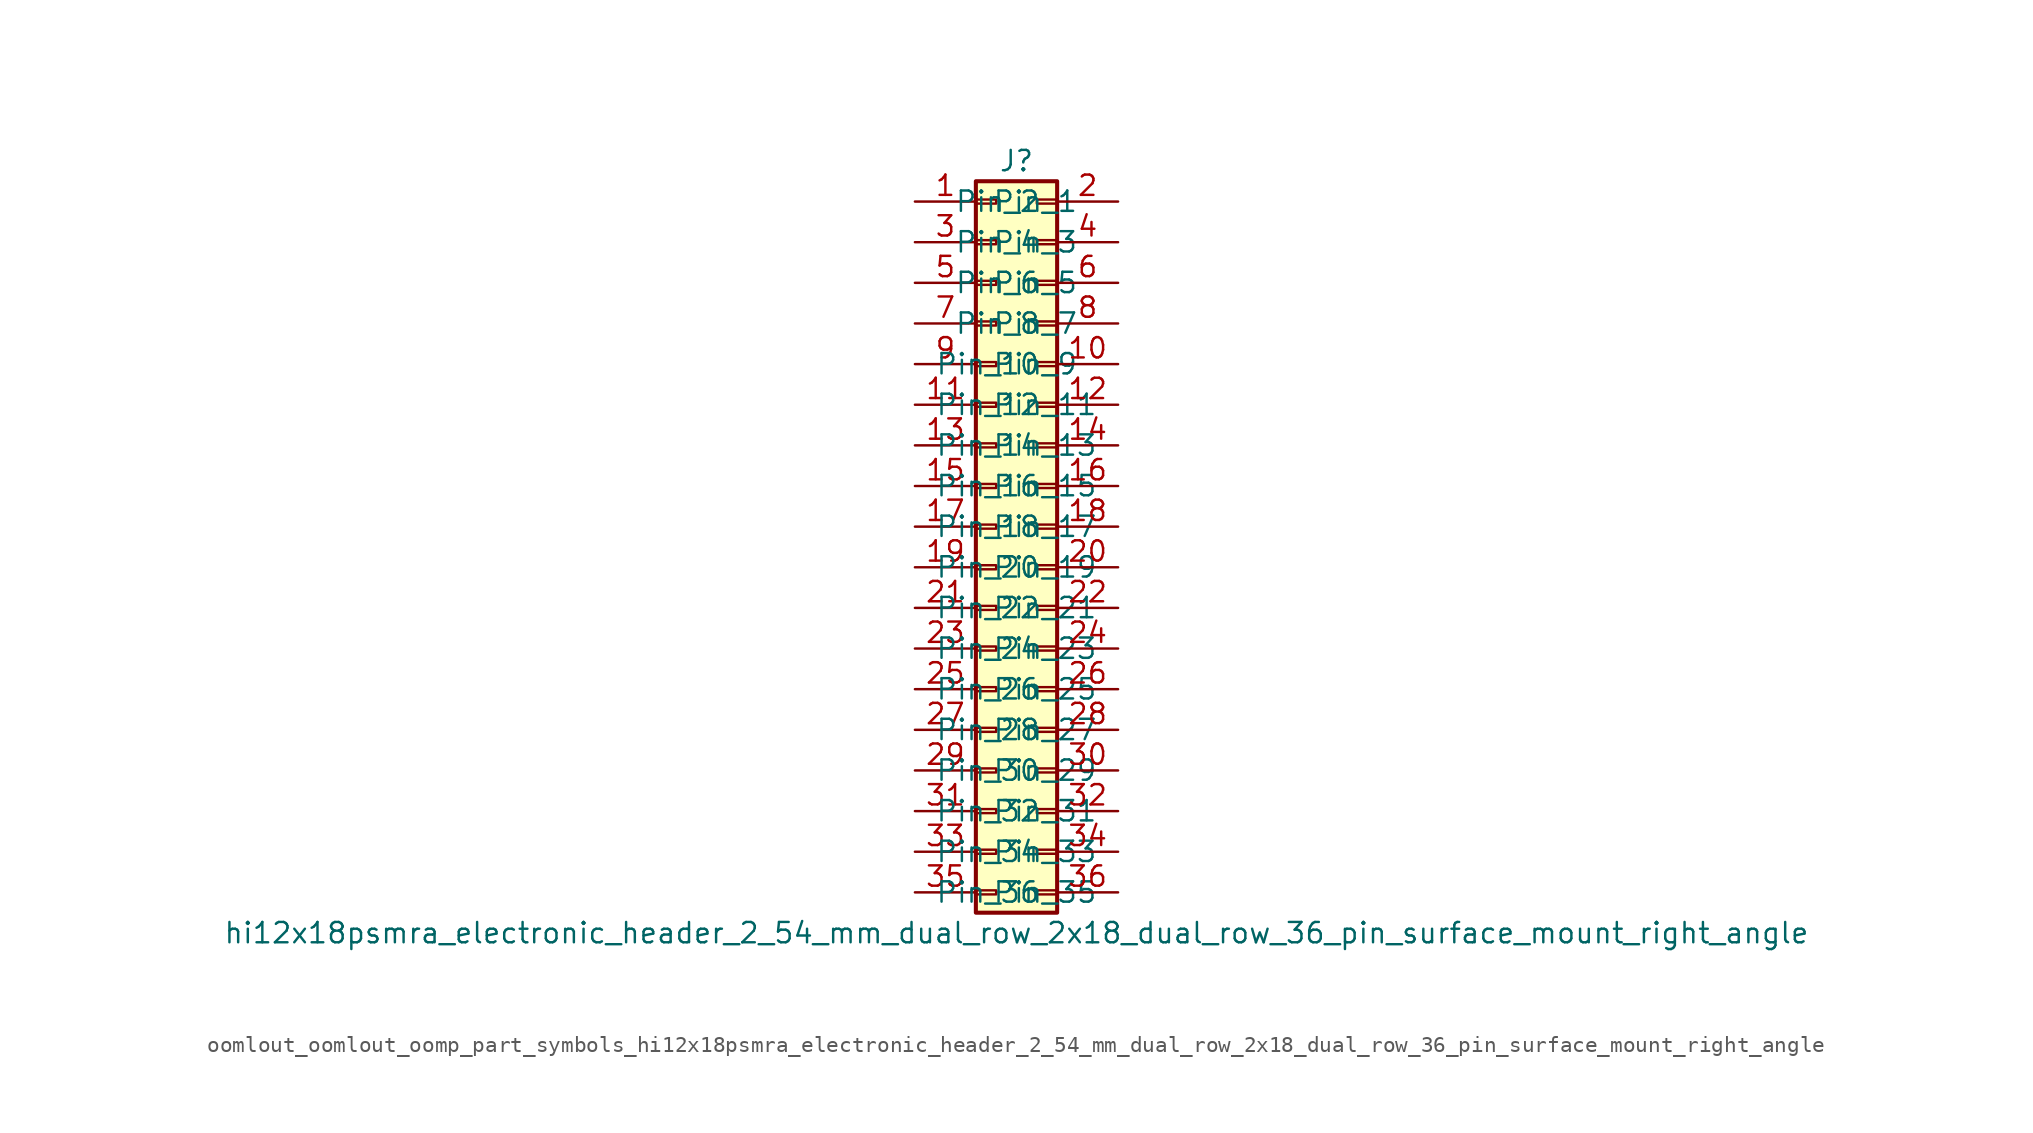
<source format=kicad_sym>
(kicad_symbol_lib
  (version 20220914)
  (generator kicad_symbol_editor)
  (symbol "oomlout_oomlout_oomp_part_symbols_hi12x18psmra_electronic_header_2_54_mm_dual_row_2x18_dual_row_36_pin_surface_mount_right_angle"
    (pin_names
      (offset 1.016))
    (property "Reference" "J"
      (at 1.27 22.86 0)
      (effects (font (size 1.27 1.27))))
    (property "Value" "hi12x18psmra_electronic_header_2_54_mm_dual_row_2x18_dual_row_36_pin_surface_mount_right_angle"
      (at 1.27 -25.4 0)
      (effects (font (size 1.27 1.27))))
    (symbol "oomlout_oomlout_oomp_part_symbols_hi12x18psmra_electronic_header_2_54_mm_dual_row_2x18_dual_row_36_pin_surface_mount_right_angle_1_1"
      (rectangle (start -1.27 -22.733) (end 0 -22.987) (stroke (width 0.152) (type default)) (fill (type none)))
      (rectangle (start -1.27 -20.193) (end 0 -20.447) (stroke (width 0.152) (type default)) (fill (type none)))
      (rectangle (start -1.27 -17.653) (end 0 -17.907) (stroke (width 0.152) (type default)) (fill (type none)))
      (rectangle (start -1.27 -15.113) (end 0 -15.367) (stroke (width 0.152) (type default)) (fill (type none)))
      (rectangle (start -1.27 -12.573) (end 0 -12.827) (stroke (width 0.152) (type default)) (fill (type none)))
      (rectangle (start -1.27 -10.033) (end 0 -10.287) (stroke (width 0.152) (type default)) (fill (type none)))
      (rectangle (start -1.27 -7.493) (end 0 -7.747) (stroke (width 0.152) (type default)) (fill (type none)))
      (rectangle (start -1.27 -4.953) (end 0 -5.207) (stroke (width 0.152) (type default)) (fill (type none)))
      (rectangle (start -1.27 -2.413) (end 0 -2.667) (stroke (width 0.152) (type default)) (fill (type none)))
      (rectangle (start -1.27 0.127) (end 0 -0.127) (stroke (width 0.152) (type default)) (fill (type none)))
      (rectangle (start -1.27 2.667) (end 0 2.413) (stroke (width 0.152) (type default)) (fill (type none)))
      (rectangle (start -1.27 5.207) (end 0 4.953) (stroke (width 0.152) (type default)) (fill (type none)))
      (rectangle (start -1.27 7.747) (end 0 7.493) (stroke (width 0.152) (type default)) (fill (type none)))
      (rectangle (start -1.27 10.287) (end 0 10.033) (stroke (width 0.152) (type default)) (fill (type none)))
      (rectangle (start -1.27 12.827) (end 0 12.573) (stroke (width 0.152) (type default)) (fill (type none)))
      (rectangle (start -1.27 15.367) (end 0 15.113) (stroke (width 0.152) (type default)) (fill (type none)))
      (rectangle (start -1.27 17.907) (end 0 17.653) (stroke (width 0.152) (type default)) (fill (type none)))
      (rectangle (start -1.27 20.447) (end 0 20.193) (stroke (width 0.152) (type default)) (fill (type none)))
      (rectangle (start -1.27 21.59) (end 3.81 -24.13) (stroke (width 0.254) (type default)) (fill (type background)))
      (rectangle (start 3.81 -22.733) (end 2.54 -22.987) (stroke (width 0.152) (type default)) (fill (type none)))
      (rectangle (start 3.81 -20.193) (end 2.54 -20.447) (stroke (width 0.152) (type default)) (fill (type none)))
      (rectangle (start 3.81 -17.653) (end 2.54 -17.907) (stroke (width 0.152) (type default)) (fill (type none)))
      (rectangle (start 3.81 -15.113) (end 2.54 -15.367) (stroke (width 0.152) (type default)) (fill (type none)))
      (rectangle (start 3.81 -12.573) (end 2.54 -12.827) (stroke (width 0.152) (type default)) (fill (type none)))
      (rectangle (start 3.81 -10.033) (end 2.54 -10.287) (stroke (width 0.152) (type default)) (fill (type none)))
      (rectangle (start 3.81 -7.493) (end 2.54 -7.747) (stroke (width 0.152) (type default)) (fill (type none)))
      (rectangle (start 3.81 -4.953) (end 2.54 -5.207) (stroke (width 0.152) (type default)) (fill (type none)))
      (rectangle (start 3.81 -2.413) (end 2.54 -2.667) (stroke (width 0.152) (type default)) (fill (type none)))
      (rectangle (start 3.81 0.127) (end 2.54 -0.127) (stroke (width 0.152) (type default)) (fill (type none)))
      (rectangle (start 3.81 2.667) (end 2.54 2.413) (stroke (width 0.152) (type default)) (fill (type none)))
      (rectangle (start 3.81 5.207) (end 2.54 4.953) (stroke (width 0.152) (type default)) (fill (type none)))
      (rectangle (start 3.81 7.747) (end 2.54 7.493) (stroke (width 0.152) (type default)) (fill (type none)))
      (rectangle (start 3.81 10.287) (end 2.54 10.033) (stroke (width 0.152) (type default)) (fill (type none)))
      (rectangle (start 3.81 12.827) (end 2.54 12.573) (stroke (width 0.152) (type default)) (fill (type none)))
      (rectangle (start 3.81 15.367) (end 2.54 15.113) (stroke (width 0.152) (type default)) (fill (type none)))
      (rectangle (start 3.81 17.907) (end 2.54 17.653) (stroke (width 0.152) (type default)) (fill (type none)))
      (rectangle (start 3.81 20.447) (end 2.54 20.193) (stroke (width 0.152) (type default)) (fill (type none)))
      (pin passive line (at -5.08 20.32 0) (length 3.81) (name "Pin_1" (effects (font (size 1.27 1.27)))) (number "1" (effects (font (size 1.27 1.27)))))
      (pin passive line (at 7.62 10.16 180) (length 3.81) (name "Pin_10" (effects (font (size 1.27 1.27)))) (number "10" (effects (font (size 1.27 1.27)))))
      (pin passive line (at -5.08 7.62 0) (length 3.81) (name "Pin_11" (effects (font (size 1.27 1.27)))) (number "11" (effects (font (size 1.27 1.27)))))
      (pin passive line (at 7.62 7.62 180) (length 3.81) (name "Pin_12" (effects (font (size 1.27 1.27)))) (number "12" (effects (font (size 1.27 1.27)))))
      (pin passive line (at -5.08 5.08 0) (length 3.81) (name "Pin_13" (effects (font (size 1.27 1.27)))) (number "13" (effects (font (size 1.27 1.27)))))
      (pin passive line (at 7.62 5.08 180) (length 3.81) (name "Pin_14" (effects (font (size 1.27 1.27)))) (number "14" (effects (font (size 1.27 1.27)))))
      (pin passive line (at -5.08 2.54 0) (length 3.81) (name "Pin_15" (effects (font (size 1.27 1.27)))) (number "15" (effects (font (size 1.27 1.27)))))
      (pin passive line (at 7.62 2.54 180) (length 3.81) (name "Pin_16" (effects (font (size 1.27 1.27)))) (number "16" (effects (font (size 1.27 1.27)))))
      (pin passive line (at -5.08 0 0) (length 3.81) (name "Pin_17" (effects (font (size 1.27 1.27)))) (number "17" (effects (font (size 1.27 1.27)))))
      (pin passive line (at 7.62 0 180) (length 3.81) (name "Pin_18" (effects (font (size 1.27 1.27)))) (number "18" (effects (font (size 1.27 1.27)))))
      (pin passive line (at -5.08 -2.54 0) (length 3.81) (name "Pin_19" (effects (font (size 1.27 1.27)))) (number "19" (effects (font (size 1.27 1.27)))))
      (pin passive line (at 7.62 20.32 180) (length 3.81) (name "Pin_2" (effects (font (size 1.27 1.27)))) (number "2" (effects (font (size 1.27 1.27)))))
      (pin passive line (at 7.62 -2.54 180) (length 3.81) (name "Pin_20" (effects (font (size 1.27 1.27)))) (number "20" (effects (font (size 1.27 1.27)))))
      (pin passive line (at -5.08 -5.08 0) (length 3.81) (name "Pin_21" (effects (font (size 1.27 1.27)))) (number "21" (effects (font (size 1.27 1.27)))))
      (pin passive line (at 7.62 -5.08 180) (length 3.81) (name "Pin_22" (effects (font (size 1.27 1.27)))) (number "22" (effects (font (size 1.27 1.27)))))
      (pin passive line (at -5.08 -7.62 0) (length 3.81) (name "Pin_23" (effects (font (size 1.27 1.27)))) (number "23" (effects (font (size 1.27 1.27)))))
      (pin passive line (at 7.62 -7.62 180) (length 3.81) (name "Pin_24" (effects (font (size 1.27 1.27)))) (number "24" (effects (font (size 1.27 1.27)))))
      (pin passive line (at -5.08 -10.16 0) (length 3.81) (name "Pin_25" (effects (font (size 1.27 1.27)))) (number "25" (effects (font (size 1.27 1.27)))))
      (pin passive line (at 7.62 -10.16 180) (length 3.81) (name "Pin_26" (effects (font (size 1.27 1.27)))) (number "26" (effects (font (size 1.27 1.27)))))
      (pin passive line (at -5.08 -12.7 0) (length 3.81) (name "Pin_27" (effects (font (size 1.27 1.27)))) (number "27" (effects (font (size 1.27 1.27)))))
      (pin passive line (at 7.62 -12.7 180) (length 3.81) (name "Pin_28" (effects (font (size 1.27 1.27)))) (number "28" (effects (font (size 1.27 1.27)))))
      (pin passive line (at -5.08 -15.24 0) (length 3.81) (name "Pin_29" (effects (font (size 1.27 1.27)))) (number "29" (effects (font (size 1.27 1.27)))))
      (pin passive line (at -5.08 17.78 0) (length 3.81) (name "Pin_3" (effects (font (size 1.27 1.27)))) (number "3" (effects (font (size 1.27 1.27)))))
      (pin passive line (at 7.62 -15.24 180) (length 3.81) (name "Pin_30" (effects (font (size 1.27 1.27)))) (number "30" (effects (font (size 1.27 1.27)))))
      (pin passive line (at -5.08 -17.78 0) (length 3.81) (name "Pin_31" (effects (font (size 1.27 1.27)))) (number "31" (effects (font (size 1.27 1.27)))))
      (pin passive line (at 7.62 -17.78 180) (length 3.81) (name "Pin_32" (effects (font (size 1.27 1.27)))) (number "32" (effects (font (size 1.27 1.27)))))
      (pin passive line (at -5.08 -20.32 0) (length 3.81) (name "Pin_33" (effects (font (size 1.27 1.27)))) (number "33" (effects (font (size 1.27 1.27)))))
      (pin passive line (at 7.62 -20.32 180) (length 3.81) (name "Pin_34" (effects (font (size 1.27 1.27)))) (number "34" (effects (font (size 1.27 1.27)))))
      (pin passive line (at -5.08 -22.86 0) (length 3.81) (name "Pin_35" (effects (font (size 1.27 1.27)))) (number "35" (effects (font (size 1.27 1.27)))))
      (pin passive line (at 7.62 -22.86 180) (length 3.81) (name "Pin_36" (effects (font (size 1.27 1.27)))) (number "36" (effects (font (size 1.27 1.27)))))
      (pin passive line (at 7.62 17.78 180) (length 3.81) (name "Pin_4" (effects (font (size 1.27 1.27)))) (number "4" (effects (font (size 1.27 1.27)))))
      (pin passive line (at -5.08 15.24 0) (length 3.81) (name "Pin_5" (effects (font (size 1.27 1.27)))) (number "5" (effects (font (size 1.27 1.27)))))
      (pin passive line (at 7.62 15.24 180) (length 3.81) (name "Pin_6" (effects (font (size 1.27 1.27)))) (number "6" (effects (font (size 1.27 1.27)))))
      (pin passive line (at -5.08 12.7 0) (length 3.81) (name "Pin_7" (effects (font (size 1.27 1.27)))) (number "7" (effects (font (size 1.27 1.27)))))
      (pin passive line (at 7.62 12.7 180) (length 3.81) (name "Pin_8" (effects (font (size 1.27 1.27)))) (number "8" (effects (font (size 1.27 1.27)))))
      (pin passive line (at -5.08 10.16 0) (length 3.81) (name "Pin_9" (effects (font (size 1.27 1.27)))) (number "9" (effects (font (size 1.27 1.27))))))))
</source>
